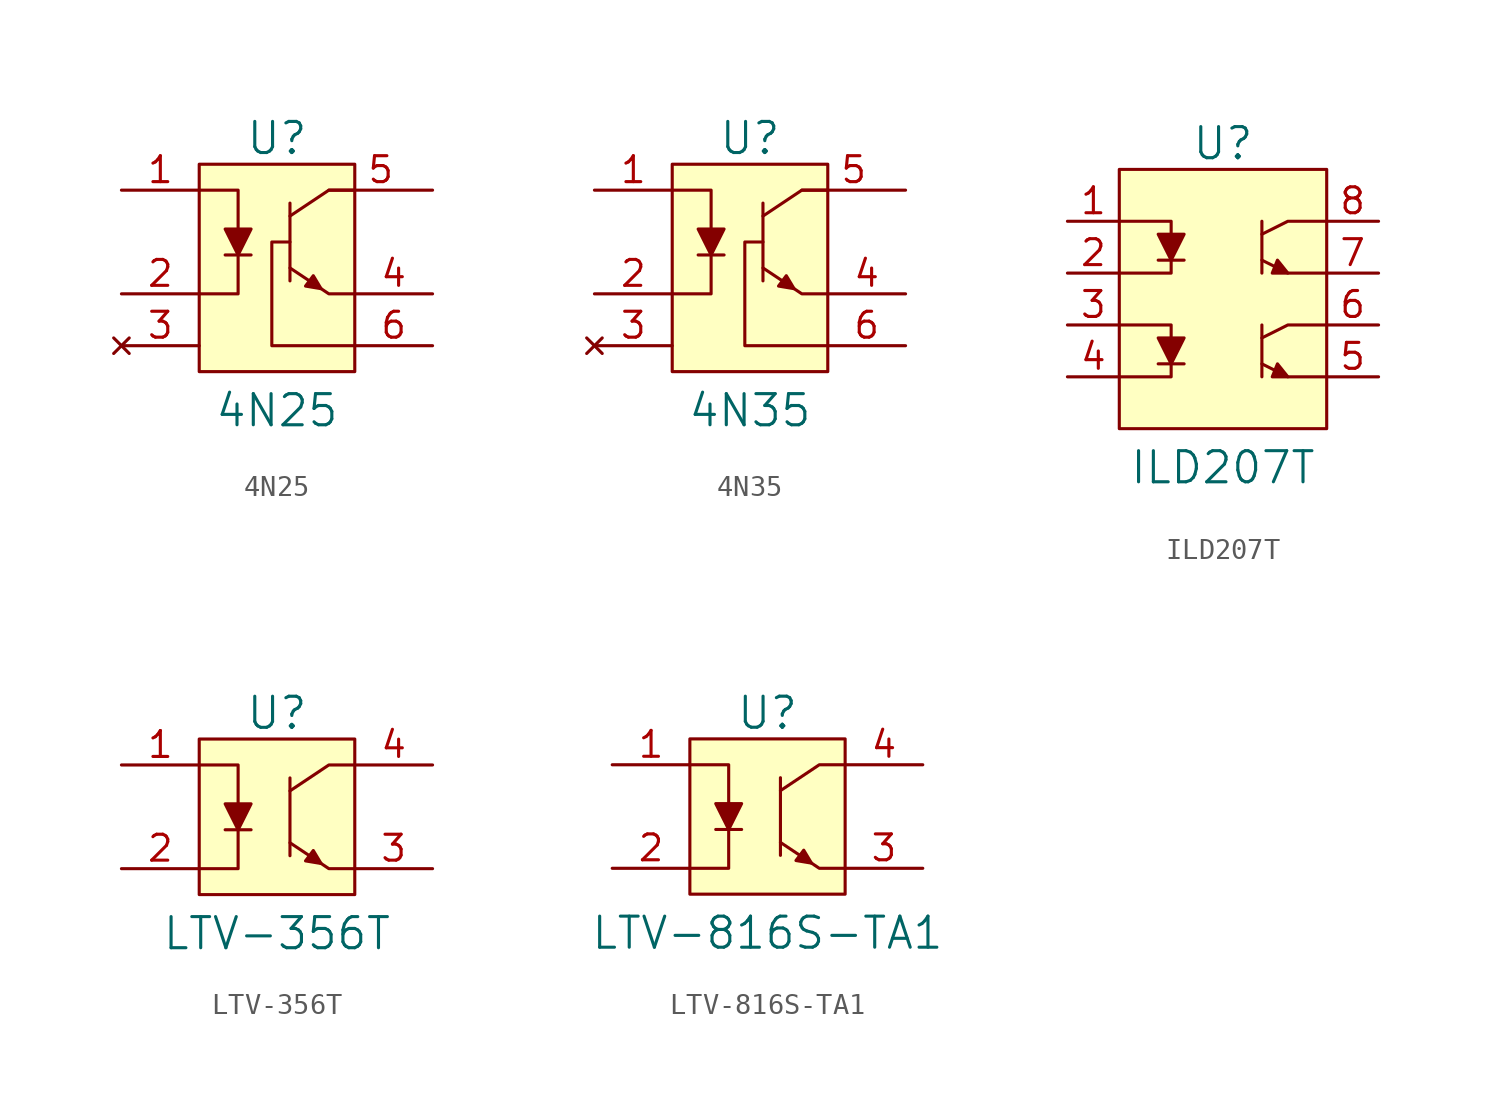
<source format=kicad_sym>
(kicad_symbol_lib
  (version 20211014)
  (generator kicad_symbol_editor)
  (symbol "4N25"
    (pin_names
      (offset 1.016))
    (property "Reference" "U"
      (at 0 5.08 0)
      (effects (font (size 1.524 1.524))))
    (property "Value" "4N25"
      (at 0 -8.255 0)
      (effects (font (size 1.524 1.524))))
    (symbol "4N25_0_1"
      (rectangle (start -3.81 3.81) (end 3.81 -6.35) (stroke (width 0) (type default) (color 0 0 0 0)) (fill (type background)))
      (polyline (pts (xy -2.54 -0.635) (xy -1.27 -0.635)) (stroke (width 0) (type default) (color 0 0 0 0)) (fill (type none)))
      (polyline (pts (xy 0.635 1.905) (xy 0.635 -1.905)) (stroke (width 0) (type default) (color 0 0 0 0)) (fill (type none)))
      (polyline (pts (xy -3.81 -2.54) (xy -1.905 -2.54) (xy -1.905 -0.635)) (stroke (width 0) (type default) (color 0 0 0 0)) (fill (type none)))
      (polyline (pts (xy -3.81 2.54) (xy -1.905 2.54) (xy -1.905 0.635)) (stroke (width 0) (type default) (color 0 0 0 0)) (fill (type none)))
      (polyline (pts (xy 0.635 -1.27) (xy 2.54 -2.54) (xy 3.81 -2.54)) (stroke (width 0) (type default) (color 0 0 0 0)) (fill (type none)))
      (polyline (pts (xy 0.635 1.27) (xy 2.54 2.54) (xy 3.81 2.54)) (stroke (width 0) (type default) (color 0 0 0 0)) (fill (type none)))
      (polyline (pts (xy -2.54 0.635) (xy -1.27 0.635) (xy -1.905 -0.635) (xy -2.54 0.635)) (stroke (width 0) (type default) (color 0 0 0 0)) (fill (type outline)))
      (polyline (pts (xy 2.159 -2.286) (xy 1.778 -1.651) (xy 1.397 -2.159) (xy 2.159 -2.286)) (stroke (width 0) (type default) (color 0 0 0 0)) (fill (type outline)))
      (polyline (pts (xy 3.81 -5.08) (xy -0.254 -5.08) (xy -0.254 0) (xy 0.635 0)) (stroke (width 0) (type default) (color 0 0 0 0)) (fill (type none))))
    (symbol "4N25_1_1"
      (pin passive line (at -7.62 2.54 0) (length 3.81) (name "~" (effects (font (size 1.27 1.27)))) (number "1" (effects (font (size 1.27 1.27)))))
      (pin passive line (at -7.62 -2.54 0) (length 3.81) (name "~" (effects (font (size 1.27 1.27)))) (number "2" (effects (font (size 1.27 1.27)))))
      (pin no_connect line (at -7.62 -5.08 0) (length 3.81) (name "~" (effects (font (size 1.27 1.27)))) (number "3" (effects (font (size 1.27 1.27)))))
      (pin passive line (at 7.62 -2.54 180) (length 3.81) (name "~" (effects (font (size 1.27 1.27)))) (number "4" (effects (font (size 1.27 1.27)))))
      (pin output line (at 7.62 2.54 180) (length 5.08) (name "~" (effects (font (size 1.27 1.27)))) (number "5" (effects (font (size 1.27 1.27)))))
      (pin input line (at 7.62 -5.08 180) (length 3.81) (name "~" (effects (font (size 1.27 1.27)))) (number "6" (effects (font (size 1.27 1.27)))))))
  (symbol "4N35"
    (pin_names
      (offset 1.016))
    (property "Reference" "U"
      (at 0 5.08 0)
      (effects (font (size 1.524 1.524))))
    (property "Value" "4N35"
      (at 0 -8.255 0)
      (effects (font (size 1.524 1.524))))
    (symbol "4N35_0_1"
      (rectangle (start -3.81 3.81) (end 3.81 -6.35) (stroke (width 0) (type default) (color 0 0 0 0)) (fill (type background)))
      (polyline (pts (xy -2.54 -0.635) (xy -1.27 -0.635)) (stroke (width 0) (type default) (color 0 0 0 0)) (fill (type none)))
      (polyline (pts (xy 0.635 1.905) (xy 0.635 -1.905)) (stroke (width 0) (type default) (color 0 0 0 0)) (fill (type none)))
      (polyline (pts (xy -3.81 -2.54) (xy -1.905 -2.54) (xy -1.905 -0.635)) (stroke (width 0) (type default) (color 0 0 0 0)) (fill (type none)))
      (polyline (pts (xy -3.81 2.54) (xy -1.905 2.54) (xy -1.905 0.635)) (stroke (width 0) (type default) (color 0 0 0 0)) (fill (type none)))
      (polyline (pts (xy 0.635 -1.27) (xy 2.54 -2.54) (xy 3.81 -2.54)) (stroke (width 0) (type default) (color 0 0 0 0)) (fill (type none)))
      (polyline (pts (xy 0.635 1.27) (xy 2.54 2.54) (xy 3.81 2.54)) (stroke (width 0) (type default) (color 0 0 0 0)) (fill (type none)))
      (polyline (pts (xy -2.54 0.635) (xy -1.27 0.635) (xy -1.905 -0.635) (xy -2.54 0.635)) (stroke (width 0) (type default) (color 0 0 0 0)) (fill (type outline)))
      (polyline (pts (xy 2.159 -2.286) (xy 1.778 -1.651) (xy 1.397 -2.159) (xy 2.159 -2.286)) (stroke (width 0) (type default) (color 0 0 0 0)) (fill (type outline)))
      (polyline (pts (xy 3.81 -5.08) (xy -0.254 -5.08) (xy -0.254 0) (xy 0.635 0)) (stroke (width 0) (type default) (color 0 0 0 0)) (fill (type none))))
    (symbol "4N35_1_1"
      (pin passive line (at -7.62 2.54 0) (length 3.81) (name "~" (effects (font (size 1.27 1.27)))) (number "1" (effects (font (size 1.27 1.27)))))
      (pin passive line (at -7.62 -2.54 0) (length 3.81) (name "~" (effects (font (size 1.27 1.27)))) (number "2" (effects (font (size 1.27 1.27)))))
      (pin no_connect line (at -7.62 -5.08 0) (length 3.81) (name "~" (effects (font (size 1.27 1.27)))) (number "3" (effects (font (size 1.27 1.27)))))
      (pin passive line (at 7.62 -2.54 180) (length 3.81) (name "~" (effects (font (size 1.27 1.27)))) (number "4" (effects (font (size 1.27 1.27)))))
      (pin output line (at 7.62 2.54 180) (length 5.08) (name "~" (effects (font (size 1.27 1.27)))) (number "5" (effects (font (size 1.27 1.27)))))
      (pin input line (at 7.62 -5.08 180) (length 3.81) (name "~" (effects (font (size 1.27 1.27)))) (number "6" (effects (font (size 1.27 1.27)))))))
  (symbol "ILD207T"
    (pin_names
      (offset 1.016))
    (property "Reference" "U"
      (at 0 8.89 0)
      (effects (font (size 1.524 1.524))))
    (property "Value" "ILD207T"
      (at 0 -6.985 0)
      (effects (font (size 1.524 1.524))))
    (symbol "ILD207T_0_1"
      (rectangle (start -5.08 7.62) (end 5.08 -5.08) (stroke (width 0) (type default) (color 0 0 0 0)) (fill (type background)))
      (polyline (pts (xy -3.175 -1.905) (xy -1.905 -1.905)) (stroke (width 0) (type default) (color 0 0 0 0)) (fill (type none)))
      (polyline (pts (xy -3.175 3.175) (xy -1.905 3.175)) (stroke (width 0) (type default) (color 0 0 0 0)) (fill (type none)))
      (polyline (pts (xy 1.905 0) (xy 1.905 -2.54)) (stroke (width 0) (type default) (color 0 0 0 0)) (fill (type none)))
      (polyline (pts (xy 1.905 5.08) (xy 1.905 2.54)) (stroke (width 0) (type default) (color 0 0 0 0)) (fill (type none)))
      (polyline (pts (xy -5.08 -2.54) (xy -2.54 -2.54) (xy -2.54 -1.905)) (stroke (width 0) (type default) (color 0 0 0 0)) (fill (type none)))
      (polyline (pts (xy -5.08 0) (xy -2.54 0) (xy -2.54 -0.635)) (stroke (width 0) (type default) (color 0 0 0 0)) (fill (type none)))
      (polyline (pts (xy -5.08 2.54) (xy -2.54 2.54) (xy -2.54 3.175)) (stroke (width 0) (type default) (color 0 0 0 0)) (fill (type none)))
      (polyline (pts (xy -5.08 5.08) (xy -2.54 5.08) (xy -2.54 4.445)) (stroke (width 0) (type default) (color 0 0 0 0)) (fill (type none)))
      (polyline (pts (xy 1.905 -1.905) (xy 3.175 -2.54) (xy 5.08 -2.54)) (stroke (width 0) (type default) (color 0 0 0 0)) (fill (type none)))
      (polyline (pts (xy 1.905 -0.635) (xy 3.175 0) (xy 5.08 0)) (stroke (width 0) (type default) (color 0 0 0 0)) (fill (type none)))
      (polyline (pts (xy 1.905 3.175) (xy 3.175 2.54) (xy 5.08 2.54)) (stroke (width 0) (type default) (color 0 0 0 0)) (fill (type none)))
      (polyline (pts (xy 1.905 4.445) (xy 3.175 5.08) (xy 5.08 5.08)) (stroke (width 0) (type default) (color 0 0 0 0)) (fill (type none)))
      (polyline (pts (xy -3.175 -0.635) (xy -1.905 -0.635) (xy -2.54 -1.905) (xy -3.175 -0.635)) (stroke (width 0) (type default) (color 0 0 0 0)) (fill (type outline)))
      (polyline (pts (xy -3.175 4.445) (xy -1.905 4.445) (xy -2.54 3.175) (xy -3.175 4.445)) (stroke (width 0) (type default) (color 0 0 0 0)) (fill (type outline)))
      (polyline (pts (xy 3.175 -2.54) (xy 2.667 -1.905) (xy 2.413 -2.54) (xy 3.175 -2.54)) (stroke (width 0) (type default) (color 0 0 0 0)) (fill (type outline)))
      (polyline (pts (xy 3.175 2.54) (xy 2.667 3.175) (xy 2.413 2.54) (xy 3.175 2.54)) (stroke (width 0) (type default) (color 0 0 0 0)) (fill (type outline))))
    (symbol "ILD207T_1_1"
      (pin passive line (at -7.62 5.08 0) (length 2.54) (name "~" (effects (font (size 1.27 1.27)))) (number "1" (effects (font (size 1.27 1.27)))))
      (pin passive line (at -7.62 2.54 0) (length 2.54) (name "~" (effects (font (size 1.27 1.27)))) (number "2" (effects (font (size 1.27 1.27)))))
      (pin passive line (at -7.62 0 0) (length 2.54) (name "~" (effects (font (size 1.27 1.27)))) (number "3" (effects (font (size 1.27 1.27)))))
      (pin passive line (at -7.62 -2.54 0) (length 2.54) (name "~" (effects (font (size 1.27 1.27)))) (number "4" (effects (font (size 1.27 1.27)))))
      (pin passive line (at 7.62 -2.54 180) (length 2.54) (name "~" (effects (font (size 1.27 1.27)))) (number "5" (effects (font (size 1.27 1.27)))))
      (pin passive line (at 7.62 0 180) (length 2.54) (name "~" (effects (font (size 1.27 1.27)))) (number "6" (effects (font (size 1.27 1.27)))))
      (pin passive line (at 7.62 2.54 180) (length 2.54) (name "~" (effects (font (size 1.27 1.27)))) (number "7" (effects (font (size 1.27 1.27)))))
      (pin passive line (at 7.62 5.08 180) (length 2.54) (name "~" (effects (font (size 1.27 1.27)))) (number "8" (effects (font (size 1.27 1.27)))))))
  (symbol "LTV-356T"
    (pin_names
      (offset 1.016))
    (property "Reference" "U"
      (at 0 5.08 0)
      (effects (font (size 1.524 1.524))))
    (property "Value" "LTV-356T"
      (at 0 -5.715 0)
      (effects (font (size 1.524 1.524))))
    (symbol "LTV-356T_0_1"
      (rectangle (start -3.81 3.81) (end 3.81 -3.81) (stroke (width 0) (type default) (color 0 0 0 0)) (fill (type background)))
      (polyline (pts (xy -2.54 -0.635) (xy -1.27 -0.635)) (stroke (width 0) (type default) (color 0 0 0 0)) (fill (type none)))
      (polyline (pts (xy 0.635 1.905) (xy 0.635 -1.905)) (stroke (width 0) (type default) (color 0 0 0 0)) (fill (type none)))
      (polyline (pts (xy -3.81 -2.54) (xy -1.905 -2.54) (xy -1.905 -0.635)) (stroke (width 0) (type default) (color 0 0 0 0)) (fill (type none)))
      (polyline (pts (xy -3.81 2.54) (xy -1.905 2.54) (xy -1.905 0.635)) (stroke (width 0) (type default) (color 0 0 0 0)) (fill (type none)))
      (polyline (pts (xy 0.635 -1.27) (xy 2.54 -2.54) (xy 3.81 -2.54)) (stroke (width 0) (type default) (color 0 0 0 0)) (fill (type none)))
      (polyline (pts (xy 0.635 1.27) (xy 2.54 2.54) (xy 3.81 2.54)) (stroke (width 0) (type default) (color 0 0 0 0)) (fill (type none)))
      (polyline (pts (xy -2.54 0.635) (xy -1.27 0.635) (xy -1.905 -0.635) (xy -2.54 0.635)) (stroke (width 0) (type default) (color 0 0 0 0)) (fill (type outline)))
      (polyline (pts (xy 2.159 -2.286) (xy 1.778 -1.651) (xy 1.397 -2.159) (xy 2.159 -2.286)) (stroke (width 0) (type default) (color 0 0 0 0)) (fill (type outline))))
    (symbol "LTV-356T_1_1"
      (pin passive line (at -7.62 2.54 0) (length 3.81) (name "~" (effects (font (size 1.27 1.27)))) (number "1" (effects (font (size 1.27 1.27)))))
      (pin passive line (at -7.62 -2.54 0) (length 3.81) (name "~" (effects (font (size 1.27 1.27)))) (number "2" (effects (font (size 1.27 1.27)))))
      (pin passive line (at 7.62 -2.54 180) (length 3.81) (name "~" (effects (font (size 1.27 1.27)))) (number "3" (effects (font (size 1.27 1.27)))))
      (pin passive line (at 7.62 2.54 180) (length 3.81) (name "~" (effects (font (size 1.27 1.27)))) (number "4" (effects (font (size 1.27 1.27)))))))
  (symbol "LTV-816S-TA1"
    (pin_names
      (offset 1.016))
    (property "Reference" "U"
      (at 0 5.08 0)
      (effects (font (size 1.524 1.524))))
    (property "Value" "LTV-816S-TA1"
      (at 0 -5.715 0)
      (effects (font (size 1.524 1.524))))
    (symbol "LTV-816S-TA1_0_1"
      (rectangle (start -3.81 3.81) (end 3.81 -3.81) (stroke (width 0) (type default) (color 0 0 0 0)) (fill (type background)))
      (polyline (pts (xy -2.54 -0.635) (xy -1.27 -0.635)) (stroke (width 0) (type default) (color 0 0 0 0)) (fill (type none)))
      (polyline (pts (xy 0.635 1.905) (xy 0.635 -1.905)) (stroke (width 0) (type default) (color 0 0 0 0)) (fill (type none)))
      (polyline (pts (xy -3.81 -2.54) (xy -1.905 -2.54) (xy -1.905 -0.635)) (stroke (width 0) (type default) (color 0 0 0 0)) (fill (type none)))
      (polyline (pts (xy -3.81 2.54) (xy -1.905 2.54) (xy -1.905 0.635)) (stroke (width 0) (type default) (color 0 0 0 0)) (fill (type none)))
      (polyline (pts (xy 0.635 -1.27) (xy 2.54 -2.54) (xy 3.81 -2.54)) (stroke (width 0) (type default) (color 0 0 0 0)) (fill (type none)))
      (polyline (pts (xy 0.635 1.27) (xy 2.54 2.54) (xy 3.81 2.54)) (stroke (width 0) (type default) (color 0 0 0 0)) (fill (type none)))
      (polyline (pts (xy -2.54 0.635) (xy -1.27 0.635) (xy -1.905 -0.635) (xy -2.54 0.635)) (stroke (width 0) (type default) (color 0 0 0 0)) (fill (type outline)))
      (polyline (pts (xy 2.159 -2.286) (xy 1.778 -1.651) (xy 1.397 -2.159) (xy 2.159 -2.286)) (stroke (width 0) (type default) (color 0 0 0 0)) (fill (type outline))))
    (symbol "LTV-816S-TA1_1_1"
      (pin passive line (at -7.62 2.54 0) (length 3.81) (name "~" (effects (font (size 1.27 1.27)))) (number "1" (effects (font (size 1.27 1.27)))))
      (pin passive line (at -7.62 -2.54 0) (length 3.81) (name "~" (effects (font (size 1.27 1.27)))) (number "2" (effects (font (size 1.27 1.27)))))
      (pin passive line (at 7.62 -2.54 180) (length 3.81) (name "~" (effects (font (size 1.27 1.27)))) (number "3" (effects (font (size 1.27 1.27)))))
      (pin passive line (at 7.62 2.54 180) (length 3.81) (name "~" (effects (font (size 1.27 1.27)))) (number "4" (effects (font (size 1.27 1.27))))))))
</source>
